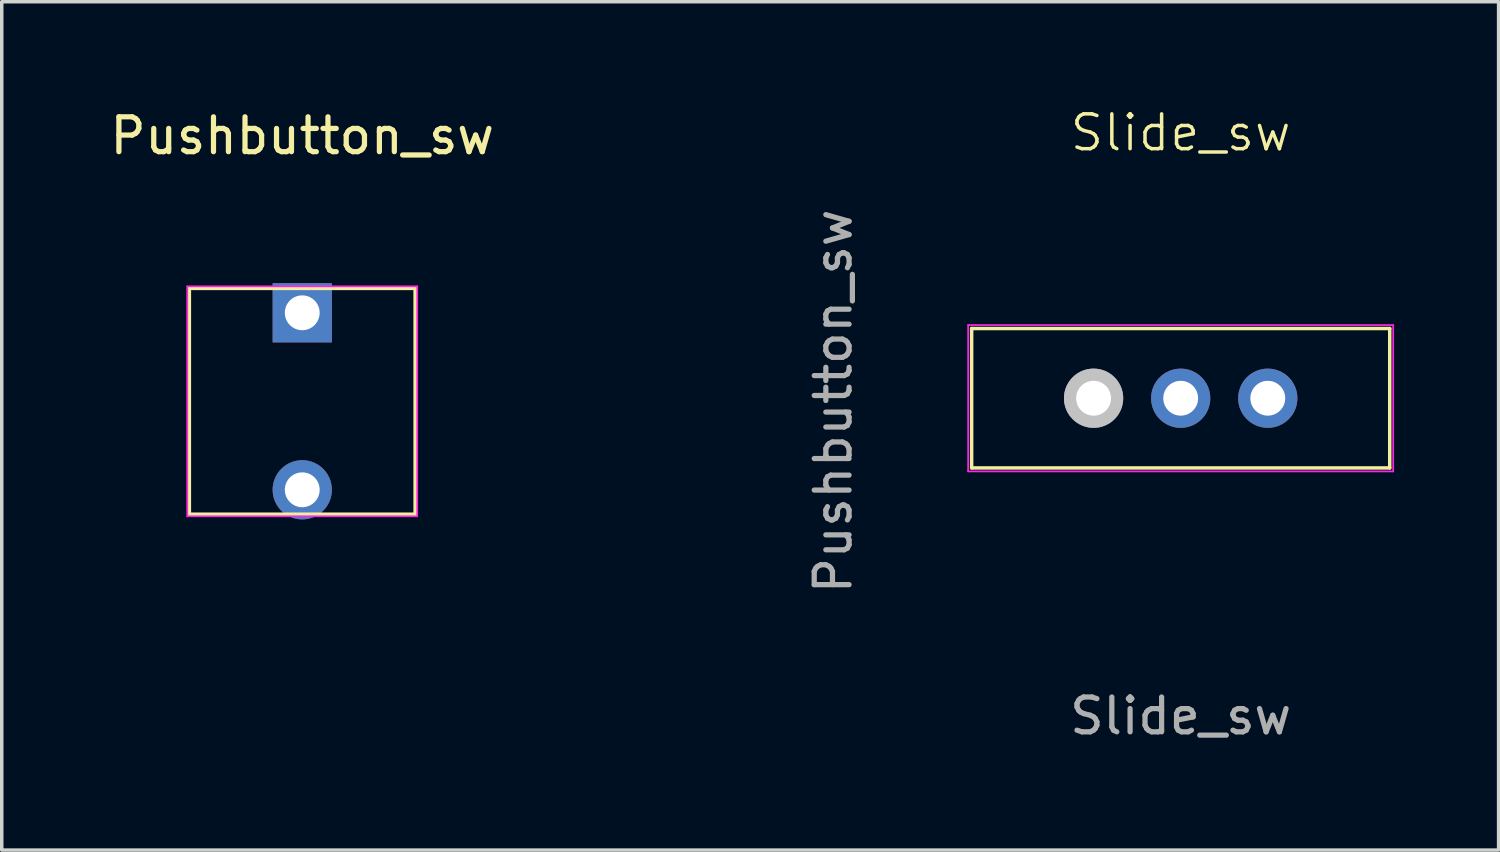
<source format=kicad_pcb>
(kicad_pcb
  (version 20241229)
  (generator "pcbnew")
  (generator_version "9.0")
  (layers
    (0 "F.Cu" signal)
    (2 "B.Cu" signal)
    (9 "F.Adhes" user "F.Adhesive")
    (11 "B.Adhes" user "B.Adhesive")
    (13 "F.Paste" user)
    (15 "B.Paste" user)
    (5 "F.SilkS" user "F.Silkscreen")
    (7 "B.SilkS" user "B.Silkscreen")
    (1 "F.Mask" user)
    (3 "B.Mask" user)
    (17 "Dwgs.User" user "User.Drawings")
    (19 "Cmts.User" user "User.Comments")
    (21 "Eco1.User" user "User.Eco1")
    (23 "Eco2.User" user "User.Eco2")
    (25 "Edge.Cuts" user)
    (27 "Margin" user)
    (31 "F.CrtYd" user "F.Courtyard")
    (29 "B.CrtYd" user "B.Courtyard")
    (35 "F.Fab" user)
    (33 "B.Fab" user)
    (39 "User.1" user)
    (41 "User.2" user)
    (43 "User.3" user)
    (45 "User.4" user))
  (footprint "Slide_sw"
    (layer "F.Cu")
    (at 30.838 8.38)
    (property "Reference" "Slide_sw" (at 0 -7.62 0) (unlocked yes) (layer "F.SilkS") (effects (font (size 1 1) (thickness 0.1))))
    (attr through_hole)
    (fp_line (start -6 -2) (end 6 -2) (stroke (width 0.1) (type default)) (layer "F.SilkS"))
    (fp_line (start -6 2) (end -6 -2) (stroke (width 0.1) (type default)) (layer "F.SilkS"))
    (fp_line (start -6 2) (end 6 2) (stroke (width 0.1) (type default)) (layer "F.SilkS"))
    (fp_line (start 6 2) (end 6 -2) (stroke (width 0.1) (type default)) (layer "F.SilkS"))
    (fp_line (start -6.1 -2.1) (end -6.1 2.1) (stroke (width 0.05) (type default)) (layer "F.CrtYd"))
    (fp_line (start -6.1 2.1) (end 6.1 2.1) (stroke (width 0.05) (type default)) (layer "F.CrtYd"))
    (fp_line (start 6.1 -2.1) (end -6.1 -2.1) (stroke (width 0.05) (type default)) (layer "F.CrtYd"))
    (fp_line (start 6.1 2.1) (end 6.1 -2.1) (stroke (width 0.05) (type default)) (layer "F.CrtYd"))
    (fp_text user "${REFERENCE}" (at 0 9.12 0) (unlocked yes) (layer "F.Fab") (effects (font (size 1 1) (thickness 0.15))))
    (pad "1" thru_hole circle (at -2.5 0) (size 1.7 1.7) (drill 1) (layers "*.Cu" "*.Mask" "Dwgs.User"))
    (pad "1" thru_hole circle (at 2.5 0) (size 1.7 1.7) (drill 1) (layers "*.Cu" "*.Mask"))
    (pad "2" thru_hole circle (at 0 0) (size 1.7 1.7) (drill 1) (layers "*.Cu" "*.Mask")))
  (footprint "Pushbutton_sw"
    (layer "F.Cu")
    (at 5.625 8.468)
    (property "Reference" "Pushbutton_sw" (at 0 -7.62 0) (layer "F.SilkS") (effects (font (size 1 1) (thickness 0.15))))
    (attr through_hole)
    (fp_line (start -3.25 -3.25) (end -3.25 3.25) (stroke (width 0.12) (type solid)) (layer "F.SilkS"))
    (fp_line (start -3.25 -3.25) (end 3.25 -3.25) (stroke (width 0.12) (type solid)) (layer "F.SilkS"))
    (fp_line (start -3.25 3.25) (end 3.25 3.25) (stroke (width 0.12) (type solid)) (layer "F.SilkS"))
    (fp_line (start 3.25 -3.25) (end 3.25 3.25) (stroke (width 0.12) (type solid)) (layer "F.SilkS"))
    (fp_line (start -3.3 -3.3) (end 3.3 -3.3) (stroke (width 0.05) (type solid)) (layer "F.CrtYd"))
    (fp_line (start -3.3 3.3) (end -3.3 -3.3) (stroke (width 0.05) (type solid)) (layer "F.CrtYd"))
    (fp_line (start 3.3 -3.3) (end 3.3 3.3) (stroke (width 0.05) (type solid)) (layer "F.CrtYd"))
    (fp_line (start 3.3 3.3) (end -3.3 3.3) (stroke (width 0.05) (type solid)) (layer "F.CrtYd"))
    (fp_text user "${REFERENCE}" (at 15.24 0 90) (layer "F.Fab") (effects (font (size 1 1) (thickness 0.15))))
    (pad "1" thru_hole rect (at 0 -2.54) (size 1.7 1.7) (drill 1) (layers "*.Cu" "*.Mask"))
    (pad "2" thru_hole oval (at 0 2.54) (size 1.7 1.7) (drill 1) (layers "*.Cu" "*.Mask")))
  (gr_rect
    (start -3 -3)
    (end 39.963 21.349)
    (stroke (width 0.1) (type default))
    (fill no)
    (layer "Edge.Cuts")))
</source>
